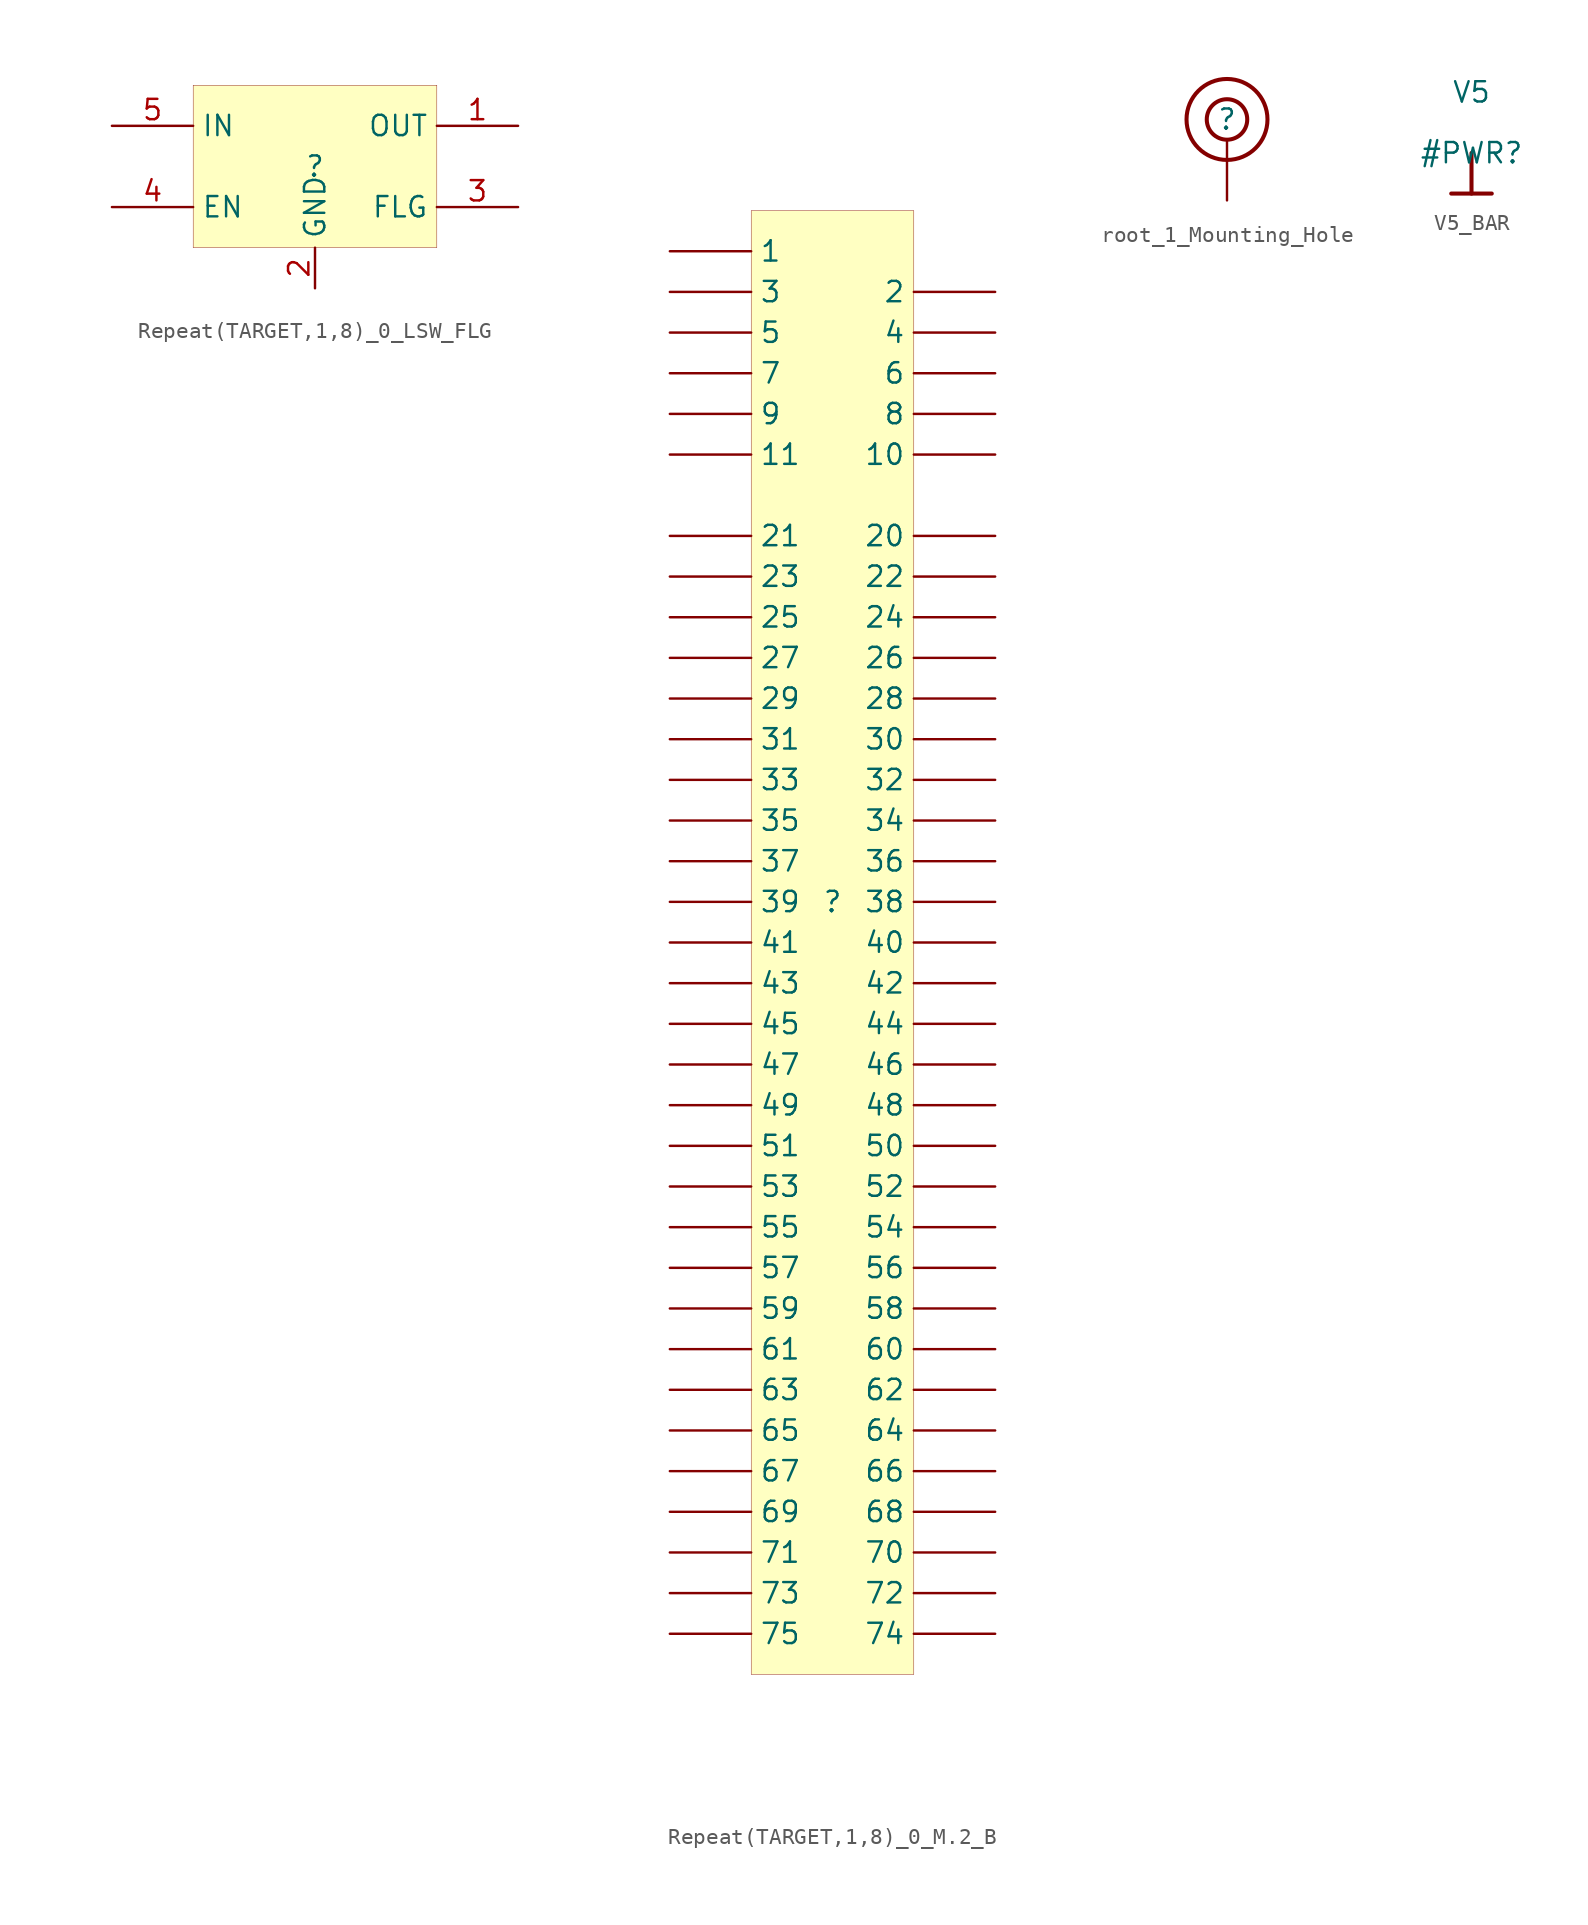
<source format=kicad_sym>
(kicad_symbol_lib
  (version 20231120)
  (generator "kicad_symbol_editor")
  (generator_version "8.0")
  (symbol "Repeat(TARGET,1,8)_0_LSW_FLG"
    (property "Reference" ""
      (at 0 0 0)
      (effects (font (size 1.27 1.27))))
    (property "Value" ""
      (at 0 0 0)
      (effects (font (size 1.27 1.27))))
    (symbol "Repeat(TARGET,1,8)_0_LSW_FLG_1_0"
      (rectangle (start 7.62 5.08) (end -7.62 -5.08) (stroke (width 0.025) (type solid) (color 128 0 0 1)) (fill (type background)))
      (pin passive line (at 12.7 2.54 180) (length 5.08) (name "OUT" (effects (font (size 1.27 1.27)))) (number "1" (effects (font (size 1.27 1.27)))))
      (pin passive line (at 0 -7.62 90) (length 2.54) (name "GND" (effects (font (size 1.27 1.27)))) (number "2" (effects (font (size 1.27 1.27)))))
      (pin passive line (at 12.7 -2.54 180) (length 5.08) (name "FLG" (effects (font (size 1.27 1.27)))) (number "3" (effects (font (size 1.27 1.27)))))
      (pin passive line (at -12.7 -2.54 0) (length 5.08) (name "EN" (effects (font (size 1.27 1.27)))) (number "4" (effects (font (size 1.27 1.27)))))
      (pin passive line (at -12.7 2.54 0) (length 5.08) (name "IN" (effects (font (size 1.27 1.27)))) (number "5" (effects (font (size 1.27 1.27)))))))
  (symbol "Repeat(TARGET,1,8)_0_M.2_B"
    (property "Reference" ""
      (at 0 0 0)
      (effects (font (size 1.27 1.27))))
    (property "Value" ""
      (at 0 0 0)
      (effects (font (size 1.27 1.27))))
    (symbol "Repeat(TARGET,1,8)_0_M.2_B_1_0"
      (rectangle (start 5.08 43.18) (end -5.08 -48.26) (stroke (width 0.025) (type solid) (color 128 0 0 1)) (fill (type background)))
      (pin passive line (at -10.16 40.64 0) (length 5.08) (name "1" (effects (font (size 1.27 1.27)))) (number "1" (effects (font (size 0 0)))))
      (pin passive line (at 10.16 27.94 180) (length 5.08) (name "10" (effects (font (size 1.27 1.27)))) (number "10" (effects (font (size 0 0)))))
      (pin passive line (at -10.16 27.94 0) (length 5.08) (name "11" (effects (font (size 1.27 1.27)))) (number "11" (effects (font (size 0 0)))))
      (pin passive line (at 10.16 38.1 180) (length 5.08) (name "2" (effects (font (size 1.27 1.27)))) (number "2" (effects (font (size 0 0)))))
      (pin passive line (at 10.16 22.86 180) (length 5.08) (name "20" (effects (font (size 1.27 1.27)))) (number "20" (effects (font (size 0 0)))))
      (pin passive line (at -10.16 22.86 0) (length 5.08) (name "21" (effects (font (size 1.27 1.27)))) (number "21" (effects (font (size 0 0)))))
      (pin passive line (at 10.16 20.32 180) (length 5.08) (name "22" (effects (font (size 1.27 1.27)))) (number "22" (effects (font (size 0 0)))))
      (pin passive line (at -10.16 20.32 0) (length 5.08) (name "23" (effects (font (size 1.27 1.27)))) (number "23" (effects (font (size 0 0)))))
      (pin passive line (at 10.16 17.78 180) (length 5.08) (name "24" (effects (font (size 1.27 1.27)))) (number "24" (effects (font (size 0 0)))))
      (pin passive line (at -10.16 17.78 0) (length 5.08) (name "25" (effects (font (size 1.27 1.27)))) (number "25" (effects (font (size 0 0)))))
      (pin passive line (at 10.16 15.24 180) (length 5.08) (name "26" (effects (font (size 1.27 1.27)))) (number "26" (effects (font (size 0 0)))))
      (pin passive line (at -10.16 15.24 0) (length 5.08) (name "27" (effects (font (size 1.27 1.27)))) (number "27" (effects (font (size 0 0)))))
      (pin passive line (at 10.16 12.7 180) (length 5.08) (name "28" (effects (font (size 1.27 1.27)))) (number "28" (effects (font (size 0 0)))))
      (pin passive line (at -10.16 12.7 0) (length 5.08) (name "29" (effects (font (size 1.27 1.27)))) (number "29" (effects (font (size 0 0)))))
      (pin passive line (at -10.16 38.1 0) (length 5.08) (name "3" (effects (font (size 1.27 1.27)))) (number "3" (effects (font (size 0 0)))))
      (pin passive line (at 10.16 10.16 180) (length 5.08) (name "30" (effects (font (size 1.27 1.27)))) (number "30" (effects (font (size 0 0)))))
      (pin passive line (at -10.16 10.16 0) (length 5.08) (name "31" (effects (font (size 1.27 1.27)))) (number "31" (effects (font (size 0 0)))))
      (pin passive line (at 10.16 7.62 180) (length 5.08) (name "32" (effects (font (size 1.27 1.27)))) (number "32" (effects (font (size 0 0)))))
      (pin passive line (at -10.16 7.62 0) (length 5.08) (name "33" (effects (font (size 1.27 1.27)))) (number "33" (effects (font (size 0 0)))))
      (pin passive line (at 10.16 5.08 180) (length 5.08) (name "34" (effects (font (size 1.27 1.27)))) (number "34" (effects (font (size 0 0)))))
      (pin passive line (at -10.16 5.08 0) (length 5.08) (name "35" (effects (font (size 1.27 1.27)))) (number "35" (effects (font (size 0 0)))))
      (pin passive line (at 10.16 2.54 180) (length 5.08) (name "36" (effects (font (size 1.27 1.27)))) (number "36" (effects (font (size 0 0)))))
      (pin passive line (at -10.16 2.54 0) (length 5.08) (name "37" (effects (font (size 1.27 1.27)))) (number "37" (effects (font (size 0 0)))))
      (pin passive line (at 10.16 0 180) (length 5.08) (name "38" (effects (font (size 1.27 1.27)))) (number "38" (effects (font (size 0 0)))))
      (pin passive line (at -10.16 0 0) (length 5.08) (name "39" (effects (font (size 1.27 1.27)))) (number "39" (effects (font (size 0 0)))))
      (pin passive line (at 10.16 35.56 180) (length 5.08) (name "4" (effects (font (size 1.27 1.27)))) (number "4" (effects (font (size 0 0)))))
      (pin passive line (at 10.16 -2.54 180) (length 5.08) (name "40" (effects (font (size 1.27 1.27)))) (number "40" (effects (font (size 0 0)))))
      (pin passive line (at -10.16 -2.54 0) (length 5.08) (name "41" (effects (font (size 1.27 1.27)))) (number "41" (effects (font (size 0 0)))))
      (pin passive line (at 10.16 -5.08 180) (length 5.08) (name "42" (effects (font (size 1.27 1.27)))) (number "42" (effects (font (size 0 0)))))
      (pin passive line (at -10.16 -5.08 0) (length 5.08) (name "43" (effects (font (size 1.27 1.27)))) (number "43" (effects (font (size 0 0)))))
      (pin passive line (at 10.16 -7.62 180) (length 5.08) (name "44" (effects (font (size 1.27 1.27)))) (number "44" (effects (font (size 0 0)))))
      (pin passive line (at -10.16 -7.62 0) (length 5.08) (name "45" (effects (font (size 1.27 1.27)))) (number "45" (effects (font (size 0 0)))))
      (pin passive line (at 10.16 -10.16 180) (length 5.08) (name "46" (effects (font (size 1.27 1.27)))) (number "46" (effects (font (size 0 0)))))
      (pin passive line (at -10.16 -10.16 0) (length 5.08) (name "47" (effects (font (size 1.27 1.27)))) (number "47" (effects (font (size 0 0)))))
      (pin passive line (at 10.16 -12.7 180) (length 5.08) (name "48" (effects (font (size 1.27 1.27)))) (number "48" (effects (font (size 0 0)))))
      (pin passive line (at -10.16 -12.7 0) (length 5.08) (name "49" (effects (font (size 1.27 1.27)))) (number "49" (effects (font (size 0 0)))))
      (pin passive line (at -10.16 35.56 0) (length 5.08) (name "5" (effects (font (size 1.27 1.27)))) (number "5" (effects (font (size 0 0)))))
      (pin passive line (at 10.16 -15.24 180) (length 5.08) (name "50" (effects (font (size 1.27 1.27)))) (number "50" (effects (font (size 0 0)))))
      (pin passive line (at -10.16 -15.24 0) (length 5.08) (name "51" (effects (font (size 1.27 1.27)))) (number "51" (effects (font (size 0 0)))))
      (pin passive line (at 10.16 -17.78 180) (length 5.08) (name "52" (effects (font (size 1.27 1.27)))) (number "52" (effects (font (size 0 0)))))
      (pin passive line (at -10.16 -17.78 0) (length 5.08) (name "53" (effects (font (size 1.27 1.27)))) (number "53" (effects (font (size 0 0)))))
      (pin passive line (at 10.16 -20.32 180) (length 5.08) (name "54" (effects (font (size 1.27 1.27)))) (number "54" (effects (font (size 0 0)))))
      (pin passive line (at -10.16 -20.32 0) (length 5.08) (name "55" (effects (font (size 1.27 1.27)))) (number "55" (effects (font (size 0 0)))))
      (pin passive line (at 10.16 -22.86 180) (length 5.08) (name "56" (effects (font (size 1.27 1.27)))) (number "56" (effects (font (size 0 0)))))
      (pin passive line (at -10.16 -22.86 0) (length 5.08) (name "57" (effects (font (size 1.27 1.27)))) (number "57" (effects (font (size 0 0)))))
      (pin passive line (at 10.16 -25.4 180) (length 5.08) (name "58" (effects (font (size 1.27 1.27)))) (number "58" (effects (font (size 0 0)))))
      (pin passive line (at -10.16 -25.4 0) (length 5.08) (name "59" (effects (font (size 1.27 1.27)))) (number "59" (effects (font (size 0 0)))))
      (pin passive line (at 10.16 33.02 180) (length 5.08) (name "6" (effects (font (size 1.27 1.27)))) (number "6" (effects (font (size 0 0)))))
      (pin passive line (at 10.16 -27.94 180) (length 5.08) (name "60" (effects (font (size 1.27 1.27)))) (number "60" (effects (font (size 0 0)))))
      (pin passive line (at -10.16 -27.94 0) (length 5.08) (name "61" (effects (font (size 1.27 1.27)))) (number "61" (effects (font (size 0 0)))))
      (pin passive line (at 10.16 -30.48 180) (length 5.08) (name "62" (effects (font (size 1.27 1.27)))) (number "62" (effects (font (size 0 0)))))
      (pin passive line (at -10.16 -30.48 0) (length 5.08) (name "63" (effects (font (size 1.27 1.27)))) (number "63" (effects (font (size 0 0)))))
      (pin passive line (at 10.16 -33.02 180) (length 5.08) (name "64" (effects (font (size 1.27 1.27)))) (number "64" (effects (font (size 0 0)))))
      (pin passive line (at -10.16 -33.02 0) (length 5.08) (name "65" (effects (font (size 1.27 1.27)))) (number "65" (effects (font (size 0 0)))))
      (pin passive line (at 10.16 -35.56 180) (length 5.08) (name "66" (effects (font (size 1.27 1.27)))) (number "66" (effects (font (size 0 0)))))
      (pin passive line (at -10.16 -35.56 0) (length 5.08) (name "67" (effects (font (size 1.27 1.27)))) (number "67" (effects (font (size 0 0)))))
      (pin passive line (at 10.16 -38.1 180) (length 5.08) (name "68" (effects (font (size 1.27 1.27)))) (number "68" (effects (font (size 0 0)))))
      (pin passive line (at -10.16 -38.1 0) (length 5.08) (name "69" (effects (font (size 1.27 1.27)))) (number "69" (effects (font (size 0 0)))))
      (pin passive line (at -10.16 33.02 0) (length 5.08) (name "7" (effects (font (size 1.27 1.27)))) (number "7" (effects (font (size 0 0)))))
      (pin passive line (at 10.16 -40.64 180) (length 5.08) (name "70" (effects (font (size 1.27 1.27)))) (number "70" (effects (font (size 0 0)))))
      (pin passive line (at -10.16 -40.64 0) (length 5.08) (name "71" (effects (font (size 1.27 1.27)))) (number "71" (effects (font (size 0 0)))))
      (pin passive line (at 10.16 -43.18 180) (length 5.08) (name "72" (effects (font (size 1.27 1.27)))) (number "72" (effects (font (size 0 0)))))
      (pin passive line (at -10.16 -43.18 0) (length 5.08) (name "73" (effects (font (size 1.27 1.27)))) (number "73" (effects (font (size 0 0)))))
      (pin passive line (at 10.16 -45.72 180) (length 5.08) (name "74" (effects (font (size 1.27 1.27)))) (number "74" (effects (font (size 0 0)))))
      (pin passive line (at -10.16 -45.72 0) (length 5.08) (name "75" (effects (font (size 1.27 1.27)))) (number "75" (effects (font (size 0 0)))))
      (pin passive line (at 10.16 30.48 180) (length 5.08) (name "8" (effects (font (size 1.27 1.27)))) (number "8" (effects (font (size 0 0)))))
      (pin passive line (at -10.16 30.48 0) (length 5.08) (name "9" (effects (font (size 1.27 1.27)))) (number "9" (effects (font (size 0 0)))))))
  (symbol "root_1_Mounting_Hole"
    (property "Reference" ""
      (at 0 0 0)
      (effects (font (size 1.27 1.27))))
    (property "Value" ""
      (at 0 0 0)
      (effects (font (size 1.27 1.27))))
    (symbol "root_1_Mounting_Hole_1_0"
      (circle (center 0 0) (radius 1.27) (stroke (width 0.254) (type solid)) (fill (type none)))
      (circle (center 0 0) (radius 2.54) (stroke (width 0.254) (type solid)) (fill (type none)))
      (pin passive line (at 0 -5.08 90) (length 3.81) (name "" (effects (font (size 0 0)))) (number "1" (effects (font (size 0 0)))))))
  (symbol "V5_BAR"
    (power)
    (property "Reference" "#PWR"
      (at 0 0 0)
      (effects (font (size 1.27 1.27))))
    (property "Value" "V5"
      (at 0 3.81 0)
      (effects (font (size 1.27 1.27))))
    (symbol "V5_BAR_0_0"
      (polyline (pts (xy -1.27 -2.54) (xy 1.27 -2.54)) (stroke (width 0.254) (type solid)) (fill (type none)))
      (polyline (pts (xy 0 0) (xy 0 -2.54)) (stroke (width 0.254) (type solid)) (fill (type none)))
      (pin power_in line (at 0 0 0) (length 0) hide (name "V5" (effects (font (size 1.27 1.27)))) (number "" (effects (font (size 1.27 1.27))))))))
</source>
